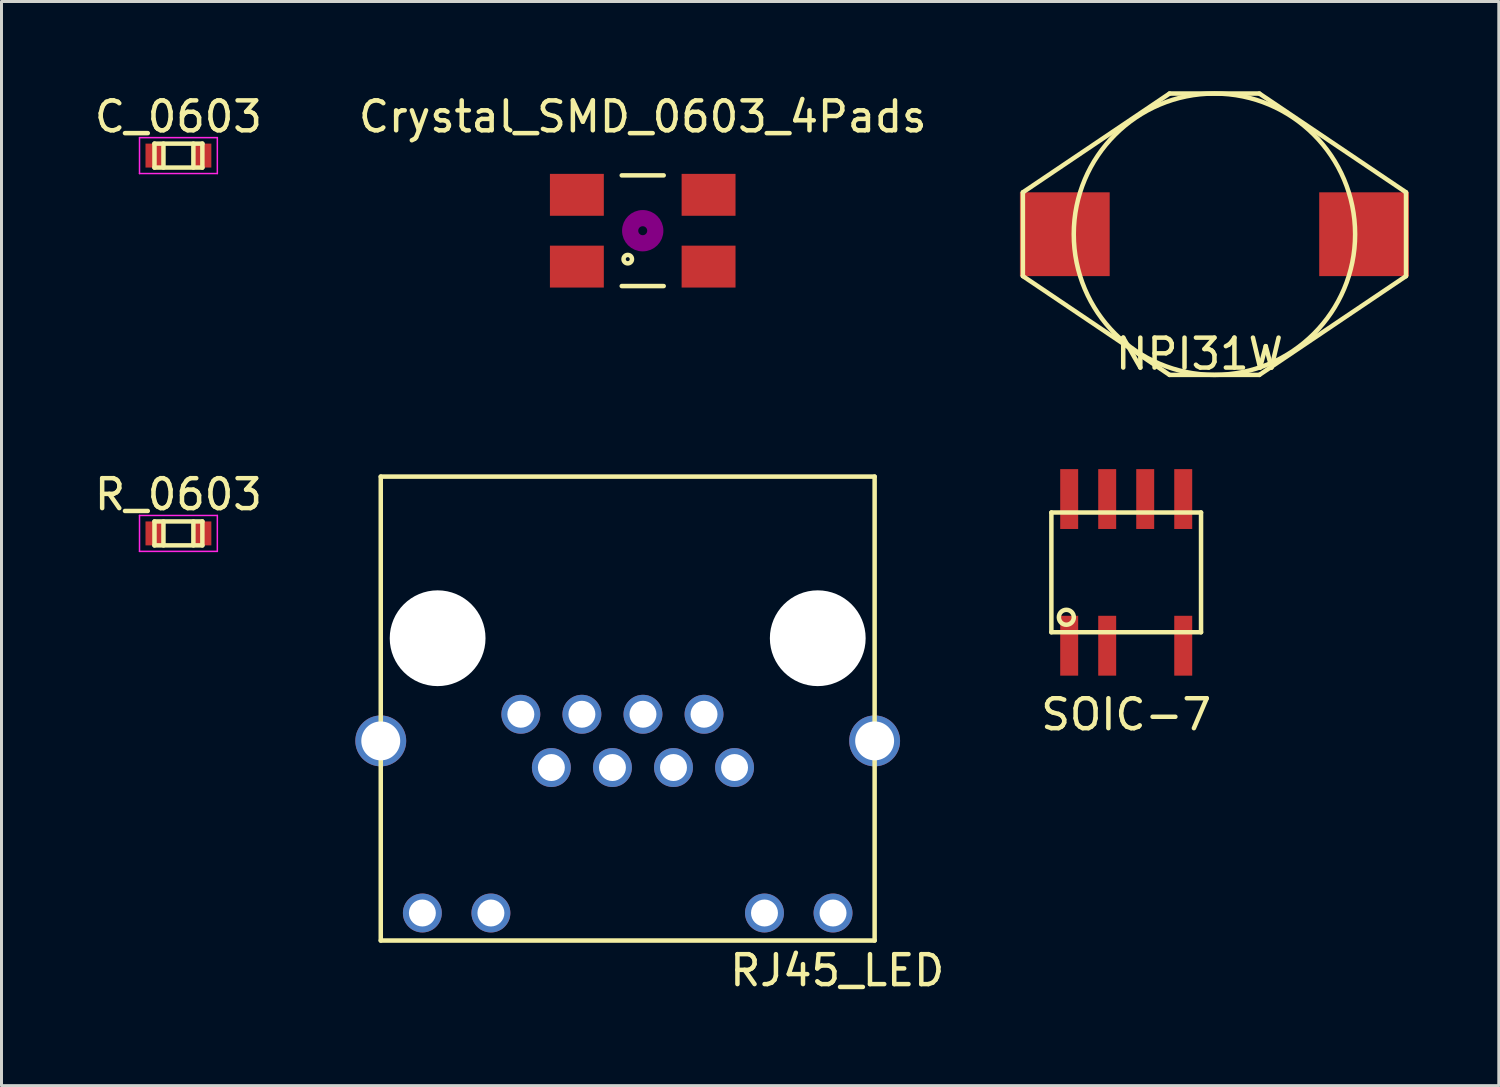
<source format=kicad_pcb>
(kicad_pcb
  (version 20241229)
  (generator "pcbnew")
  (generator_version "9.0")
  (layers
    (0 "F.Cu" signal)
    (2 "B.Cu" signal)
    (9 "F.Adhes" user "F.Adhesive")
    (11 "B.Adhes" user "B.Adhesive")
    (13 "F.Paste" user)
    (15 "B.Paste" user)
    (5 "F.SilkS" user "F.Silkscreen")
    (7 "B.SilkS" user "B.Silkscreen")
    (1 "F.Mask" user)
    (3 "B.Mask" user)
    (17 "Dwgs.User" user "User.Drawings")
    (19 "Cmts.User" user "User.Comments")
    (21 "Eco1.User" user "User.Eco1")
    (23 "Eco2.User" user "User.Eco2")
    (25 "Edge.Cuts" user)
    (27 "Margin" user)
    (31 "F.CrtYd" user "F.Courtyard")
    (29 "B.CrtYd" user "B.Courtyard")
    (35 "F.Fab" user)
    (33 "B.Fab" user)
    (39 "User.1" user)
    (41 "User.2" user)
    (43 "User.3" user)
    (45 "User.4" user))
  (footprint "R_0603"
    (layer "F.Cu")
    (at 2.911 14.771)
    (property "Reference" "R_0603" (at 0 -1.3 0) (layer "F.SilkS") (effects (font (size 1 1) (thickness 0.15))))
    (attr smd)
    (fp_line (start -0.8 -0.4) (end -0.8 0.4) (stroke (width 0.15) (type solid)) (layer "F.SilkS"))
    (fp_line (start -0.8 0.4) (end 0.8 0.4) (stroke (width 0.15) (type solid)) (layer "F.SilkS"))
    (fp_line (start -0.5 -0.4) (end -0.5 0.4) (stroke (width 0.15) (type solid)) (layer "F.SilkS"))
    (fp_line (start 0.5 -0.4) (end 0.5 0.4) (stroke (width 0.15) (type solid)) (layer "F.SilkS"))
    (fp_line (start 0.8 -0.4) (end -0.8 -0.4) (stroke (width 0.15) (type solid)) (layer "F.SilkS"))
    (fp_line (start 0.8 0.4) (end 0.8 -0.4) (stroke (width 0.15) (type solid)) (layer "F.SilkS"))
    (fp_line (start -1.3 -0.6) (end -1.3 0.6) (stroke (width 0.05) (type solid)) (layer "F.CrtYd"))
    (fp_line (start -1.3 -0.6) (end 1.3 -0.6) (stroke (width 0.05) (type solid)) (layer "F.CrtYd"))
    (fp_line (start -1.3 0.6) (end 1.3 0.6) (stroke (width 0.05) (type solid)) (layer "F.CrtYd"))
    (fp_line (start 1.3 -0.6) (end 1.3 0.6) (stroke (width 0.05) (type solid)) (layer "F.CrtYd"))
    (pad "1" smd rect (at -0.8 0) (size 0.6 0.8) (layers "F.Cu" "F.Mask" "F.Paste"))
    (pad "2" smd rect (at 0.8 0) (size 0.6 0.8) (layers "F.Cu" "F.Mask" "F.Paste")))
  (footprint "SOIC-7"
    (layer "F.Cu")
    (at 34.576 16.073)
    (property "Reference" "SOIC-7" (at 0 4.75 0) (layer "F.SilkS") (effects (font (size 1 1) (thickness 0.15))))
    (attr through_hole)
    (fp_line (start -2.5 -2) (end -2.5 2) (stroke (width 0.15) (type solid)) (layer "F.SilkS"))
    (fp_line (start -2.5 2) (end 2.5 2) (stroke (width 0.15) (type solid)) (layer "F.SilkS"))
    (fp_line (start 2.5 -2) (end -2.5 -2) (stroke (width 0.15) (type solid)) (layer "F.SilkS"))
    (fp_line (start 2.5 2) (end 2.5 -2) (stroke (width 0.15) (type solid)) (layer "F.SilkS"))
    (fp_circle (center -2 1.5) (end -1.75 1.5) (stroke (width 0.15) (type solid)) (fill no) (layer "F.SilkS"))
    (pad "1" smd rect (at -1.905 2.45) (size 0.6 2) (layers "F.Cu" "F.Mask" "F.Paste"))
    (pad "2" smd rect (at -0.635 2.45) (size 0.6 2) (layers "F.Cu" "F.Mask" "F.Paste"))
    (pad "4" smd rect (at 1.905 2.45) (size 0.6 2) (layers "F.Cu" "F.Mask" "F.Paste"))
    (pad "5" smd rect (at 1.905 -2.45) (size 0.6 2) (layers "F.Cu" "F.Mask" "F.Paste"))
    (pad "6" smd rect (at 0.635 -2.45) (size 0.6 2) (layers "F.Cu" "F.Mask" "F.Paste"))
    (pad "7" smd rect (at -0.635 -2.45) (size 0.6 2) (layers "F.Cu" "F.Mask" "F.Paste"))
    (pad "8" smd rect (at -1.905 -2.45) (size 0.6 2) (layers "F.Cu" "F.Mask" "F.Paste")))
  (footprint "RJ45_LED"
    (layer "F.Cu")
    (at 17.921 12.873)
    (property "Reference" "RJ45_LED" (at 7 16.5 0) (layer "F.SilkS") (effects (font (size 1 1) (thickness 0.15))))
    (attr through_hole)
    (fp_line (start -8.25 0) (end -8.25 15.5) (stroke (width 0.15) (type solid)) (layer "F.SilkS"))
    (fp_line (start -8.25 15.5) (end 8.25 15.5) (stroke (width 0.15) (type solid)) (layer "F.SilkS"))
    (fp_line (start 8.25 0) (end -8.25 0) (stroke (width 0.15) (type solid)) (layer "F.SilkS"))
    (fp_line (start 8.25 15.5) (end 8.25 0) (stroke (width 0.15) (type solid)) (layer "F.SilkS"))
    (pad "" np_thru_hole circle (at -6.35 5.4) (size 3.2 3.2) (drill 3.2) (layers "*.Cu" "*.Mask"))
    (pad "" np_thru_hole circle (at 6.35 5.4) (size 3.2 3.2) (drill 3.2) (layers "*.Cu" "*.Mask"))
    (pad "1" thru_hole circle (at -3.57 7.94) (size 1.3 1.3) (drill 0.9) (layers "*.Cu" "*.Mask"))
    (pad "2" thru_hole circle (at -2.55 9.72) (size 1.3 1.3) (drill 0.9) (layers "*.Cu" "*.Mask"))
    (pad "3" thru_hole circle (at -1.53 7.94) (size 1.3 1.3) (drill 0.9) (layers "*.Cu" "*.Mask"))
    (pad "4" thru_hole circle (at -0.51 9.72) (size 1.3 1.3) (drill 0.9) (layers "*.Cu" "*.Mask"))
    (pad "5" thru_hole circle (at 0.51 7.94) (size 1.3 1.3) (drill 0.9) (layers "*.Cu" "*.Mask"))
    (pad "6" thru_hole circle (at 1.53 9.72) (size 1.3 1.3) (drill 0.9) (layers "*.Cu" "*.Mask"))
    (pad "7" thru_hole circle (at 2.55 7.94) (size 1.3 1.3) (drill 0.9) (layers "*.Cu" "*.Mask"))
    (pad "8" thru_hole circle (at 3.57 9.72) (size 1.3 1.3) (drill 0.9) (layers "*.Cu" "*.Mask"))
    (pad "9" thru_hole circle (at 6.86 14.58) (size 1.3 1.3) (drill 0.9) (layers "*.Cu" "*.Mask"))
    (pad "10" thru_hole circle (at 4.57 14.58) (size 1.3 1.3) (drill 0.9) (layers "*.Cu" "*.Mask"))
    (pad "11" thru_hole circle (at -4.57 14.58) (size 1.3 1.3) (drill 0.9) (layers "*.Cu" "*.Mask"))
    (pad "12" thru_hole circle (at -6.86 14.58) (size 1.3 1.3) (drill 0.9) (layers "*.Cu" "*.Mask"))
    (pad "13" thru_hole circle (at -8.25 8.83) (size 1.7 1.7) (drill 1.3) (layers "*.Cu" "*.Mask"))
    (pad "13" thru_hole circle (at 8.25 8.83) (size 1.7 1.7) (drill 1.3) (layers "*.Cu" "*.Mask")))
  (footprint "C_0603"
    (layer "F.Cu")
    (at 2.911 2.148)
    (property "Reference" "C_0603" (at 0 -1.3 0) (layer "F.SilkS") (effects (font (size 1 1) (thickness 0.15))))
    (attr smd)
    (fp_line (start -0.8 -0.4) (end -0.8 0.4) (stroke (width 0.15) (type solid)) (layer "F.SilkS"))
    (fp_line (start -0.8 0.4) (end 0.8 0.4) (stroke (width 0.15) (type solid)) (layer "F.SilkS"))
    (fp_line (start -0.5 -0.4) (end -0.5 0.4) (stroke (width 0.15) (type solid)) (layer "F.SilkS"))
    (fp_line (start 0.5 -0.4) (end 0.5 0.4) (stroke (width 0.15) (type solid)) (layer "F.SilkS"))
    (fp_line (start 0.8 -0.4) (end -0.8 -0.4) (stroke (width 0.15) (type solid)) (layer "F.SilkS"))
    (fp_line (start 0.8 0.4) (end 0.8 -0.4) (stroke (width 0.15) (type solid)) (layer "F.SilkS"))
    (fp_line (start -1.3 -0.6) (end -1.3 0.6) (stroke (width 0.05) (type solid)) (layer "F.CrtYd"))
    (fp_line (start -1.3 -0.6) (end 1.3 -0.6) (stroke (width 0.05) (type solid)) (layer "F.CrtYd"))
    (fp_line (start -1.3 0.6) (end 1.3 0.6) (stroke (width 0.05) (type solid)) (layer "F.CrtYd"))
    (fp_line (start 1.3 -0.6) (end 1.3 0.6) (stroke (width 0.05) (type solid)) (layer "F.CrtYd"))
    (pad "1" smd rect (at -0.8 0) (size 0.6 0.8) (layers "F.Cu" "F.Mask" "F.Paste"))
    (pad "2" smd rect (at 0.8 0) (size 0.6 0.8) (layers "F.Cu" "F.Mask" "F.Paste")))
  (footprint "Crystal_SMD_0603_4Pads"
    (layer "F.Cu")
    (at 18.423 4.658)
    (property "Reference" "Crystal_SMD_0603_4Pads" (at 0 -3.81 0) (layer "F.SilkS") (effects (font (size 1 1) (thickness 0.15))))
    (attr smd)
    (fp_line (start -0.701 -1.849) (end 0.701 -1.849) (stroke (width 0.15) (type solid)) (layer "F.SilkS"))
    (fp_line (start 0.701 1.849) (end -0.701 1.849) (stroke (width 0.15) (type solid)) (layer "F.SilkS"))
    (fp_circle (center -0.5 0.95) (end -0.399 1.049) (stroke (width 0.15) (type solid)) (fill no) (layer "F.SilkS"))
    (fp_circle (center 0 0) (end 0.15 0) (stroke (width 0.381) (type solid)) (fill no) (layer "F.Adhes"))
    (fp_circle (center 0 0) (end 0.5 0) (stroke (width 0.381) (type solid)) (fill no) (layer "F.Adhes"))
    (pad "1" smd rect (at -2.2 1.199) (size 1.801 1.4) (layers "F.Cu" "F.Mask" "F.Paste"))
    (pad "2" smd rect (at 2.2 -1.199) (size 1.801 1.4) (layers "F.Cu" "F.Mask" "F.Paste"))
    (pad "3" smd rect (at -2.2 -1.199) (size 1.801 1.4) (layers "F.Cu" "F.Mask" "F.Paste"))
    (pad "3" smd rect (at 2.2 1.199) (size 1.801 1.4) (layers "F.Cu" "F.Mask" "F.Paste")))
  (footprint "NPI31W"
    (layer "F.Cu")
    (at 37.524 4.775)
    (property "Reference" "NPI31W" (at -0.5 4 0) (layer "F.SilkS") (effects (font (size 1 1) (thickness 0.15))))
    (attr exclude_from_pos_files exclude_from_bom)
    (fp_line (start -6.4 -1.4) (end -6.4 1.4) (stroke (width 0.15) (type solid)) (layer "F.SilkS"))
    (fp_line (start -6.4 1.4) (end -1.5 4.7) (stroke (width 0.15) (type solid)) (layer "F.SilkS"))
    (fp_line (start -1.5 -4.7) (end -6.4 -1.4) (stroke (width 0.15) (type solid)) (layer "F.SilkS"))
    (fp_line (start -1.5 4.7) (end 1.5 4.7) (stroke (width 0.15) (type solid)) (layer "F.SilkS"))
    (fp_line (start 1.5 -4.7) (end -1.5 -4.7) (stroke (width 0.15) (type solid)) (layer "F.SilkS"))
    (fp_line (start 1.5 4.7) (end 6.4 1.4) (stroke (width 0.15) (type solid)) (layer "F.SilkS"))
    (fp_line (start 6.4 -1.4) (end 1.5 -4.7) (stroke (width 0.15) (type solid)) (layer "F.SilkS"))
    (fp_line (start 6.4 1.4) (end 6.4 -1.4) (stroke (width 0.15) (type solid)) (layer "F.SilkS"))
    (fp_circle (center 0 0) (end -4.7 0) (stroke (width 0.15) (type solid)) (fill no) (layer "F.SilkS"))
    (pad "1" smd rect (at 5 0) (size 3 2.8) (layers "F.Cu" "F.Mask" "F.Paste"))
    (pad "2" smd rect (at -5 0) (size 3 2.8) (layers "F.Cu" "F.Mask" "F.Paste")))
  (gr_rect
    (start -3 -3)
    (end 47.024 33.221)
    (stroke (width 0.1) (type default))
    (fill no)
    (layer "Edge.Cuts")))
</source>
